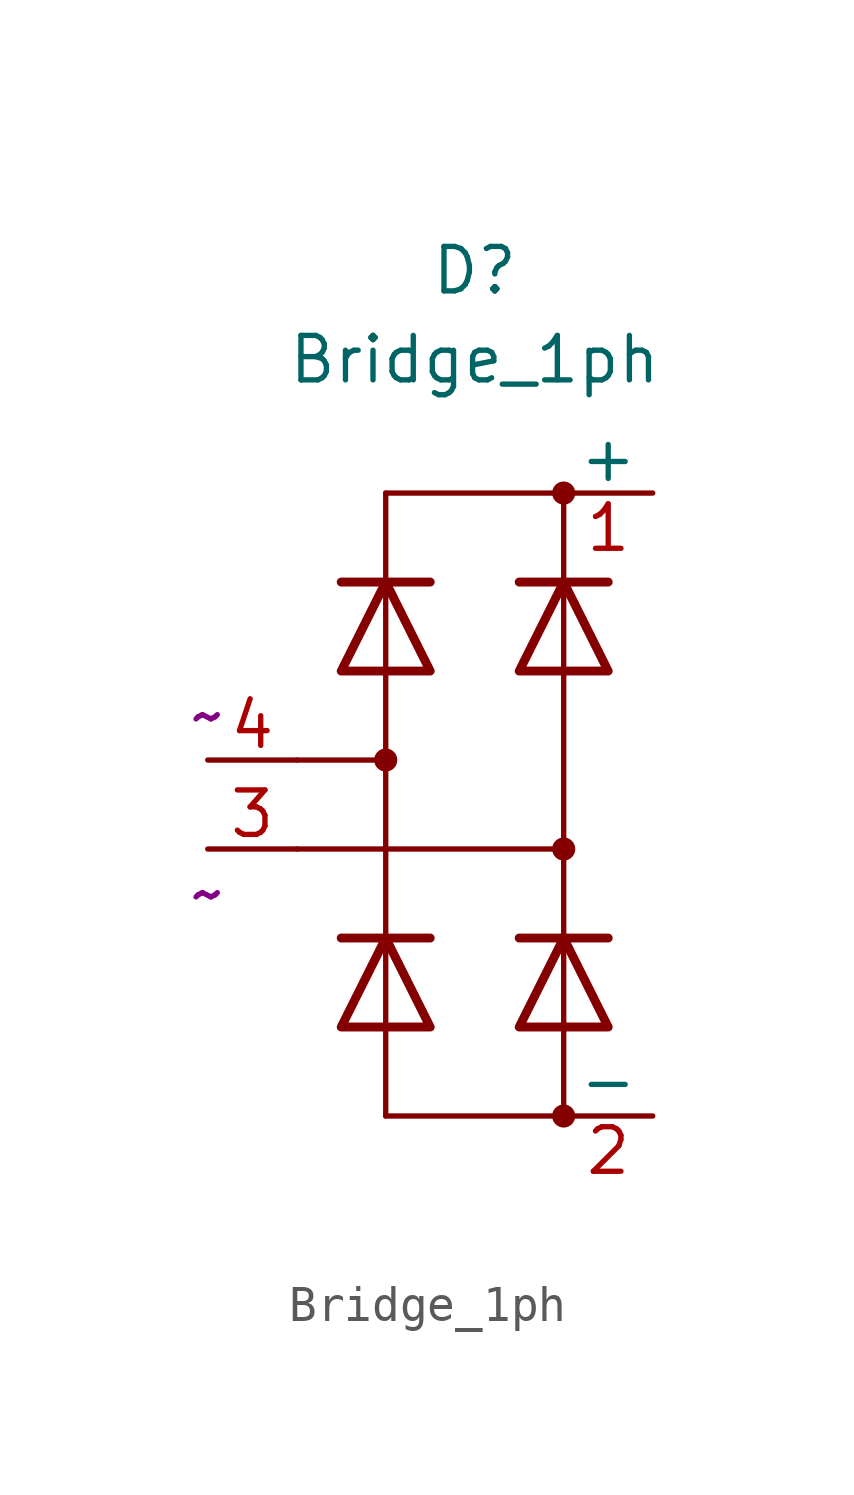
<source format=kicad_sym>
(kicad_symbol_lib
  (version 20220914)
  (generator kicad_symbol_editor)
  (symbol "Bridge_1ph"
    (pin_names
      (offset 0))
    (property "Reference" "D"
      (at 0 15.24 0)
      (effects (font (size 1.27 1.27))))
    (property "Value" "Bridge_1ph"
      (at 0 12.7 0)
      (effects (font (size 1.27 1.27))))
    (property "node1" "~"
      (at -7.62 2.54 0)
      (effects (font (size 1.27 1.27))))
    (property "node2" "~"
      (at -7.62 -2.54 0)
      (effects (font (size 1.27 1.27))))
    (symbol "Bridge_1ph_1_1"
      (circle (center -2.54 1.27) (radius 0.254) (stroke (width 0) (type default)) (fill (type outline)))
      (polyline (pts (xy -5.08 -1.27) (xy 2.54 -1.27)) (stroke (width 0) (type default)) (fill (type none)))
      (polyline (pts (xy -5.08 1.27) (xy -2.54 1.27)) (stroke (width 0) (type default)) (fill (type none)))
      (polyline (pts (xy -2.54 -8.89) (xy 2.54 -8.89)) (stroke (width 0) (type default)) (fill (type none)))
      (polyline (pts (xy -2.54 -6.35) (xy -2.54 -8.89)) (stroke (width 0) (type default)) (fill (type none)))
      (polyline (pts (xy -2.54 -6.35) (xy -2.54 -3.81)) (stroke (width 0) (type default)) (fill (type none)))
      (polyline (pts (xy -2.54 3.81) (xy -2.54 -3.81)) (stroke (width 0) (type default)) (fill (type none)))
      (polyline (pts (xy -2.54 3.81) (xy -2.54 6.35)) (stroke (width 0) (type default)) (fill (type none)))
      (polyline (pts (xy -2.54 8.89) (xy -2.54 6.35)) (stroke (width 0) (type default)) (fill (type none)))
      (polyline (pts (xy -2.54 8.89) (xy 2.54 8.89)) (stroke (width 0) (type default)) (fill (type none)))
      (polyline (pts (xy -1.27 -3.81) (xy -3.81 -3.81)) (stroke (width 0.254) (type default)) (fill (type none)))
      (polyline (pts (xy -1.27 6.35) (xy -3.81 6.35)) (stroke (width 0.254) (type default)) (fill (type none)))
      (polyline (pts (xy 2.54 -6.35) (xy 2.54 -8.89)) (stroke (width 0) (type default)) (fill (type none)))
      (polyline (pts (xy 2.54 -6.35) (xy 2.54 -3.81)) (stroke (width 0) (type default)) (fill (type none)))
      (polyline (pts (xy 2.54 3.81) (xy 2.54 -3.81)) (stroke (width 0) (type default)) (fill (type none)))
      (polyline (pts (xy 2.54 3.81) (xy 2.54 6.35)) (stroke (width 0) (type default)) (fill (type none)))
      (polyline (pts (xy 2.54 6.35) (xy 2.54 8.89)) (stroke (width 0) (type default)) (fill (type none)))
      (polyline (pts (xy 3.81 -3.81) (xy 1.27 -3.81)) (stroke (width 0.254) (type default)) (fill (type none)))
      (polyline (pts (xy 3.81 6.35) (xy 1.27 6.35)) (stroke (width 0.254) (type default)) (fill (type none)))
      (polyline (pts (xy -1.27 -6.35) (xy -3.81 -6.35) (xy -2.54 -3.81) (xy -1.27 -6.35)) (stroke (width 0.254) (type default)) (fill (type none)))
      (polyline (pts (xy -1.27 3.81) (xy -3.81 3.81) (xy -2.54 6.35) (xy -1.27 3.81)) (stroke (width 0.254) (type default)) (fill (type none)))
      (polyline (pts (xy 3.81 -6.35) (xy 1.27 -6.35) (xy 2.54 -3.81) (xy 3.81 -6.35)) (stroke (width 0.254) (type default)) (fill (type none)))
      (polyline (pts (xy 3.81 3.81) (xy 1.27 3.81) (xy 2.54 6.35) (xy 3.81 3.81)) (stroke (width 0.254) (type default)) (fill (type none)))
      (circle (center 2.54 -8.89) (radius 0.254) (stroke (width 0) (type default)) (fill (type outline)))
      (circle (center 2.54 -1.27) (radius 0.254) (stroke (width 0) (type default)) (fill (type outline)))
      (circle (center 2.54 8.89) (radius 0.254) (stroke (width 0) (type default)) (fill (type outline)))
      (pin passive line (at 5.08 8.89 180) (length 2.54) (name "+" (effects (font (size 1.27 1.27)))) (number "1" (effects (font (size 1.27 1.27)))))
      (pin passive line (at 5.08 -8.89 180) (length 2.54) (name "-" (effects (font (size 1.27 1.27)))) (number "2" (effects (font (size 1.27 1.27)))))
      (pin passive line (at -7.62 -1.27 0) (length 2.54) (name "~" (effects (font (size 1.27 1.27)))) (number "3" (effects (font (size 1.27 1.27)))))
      (pin passive line (at -7.62 1.27 0) (length 2.54) (name "~" (effects (font (size 1.27 1.27)))) (number "4" (effects (font (size 1.27 1.27)))) (alternate "~" passive line)))))
</source>
